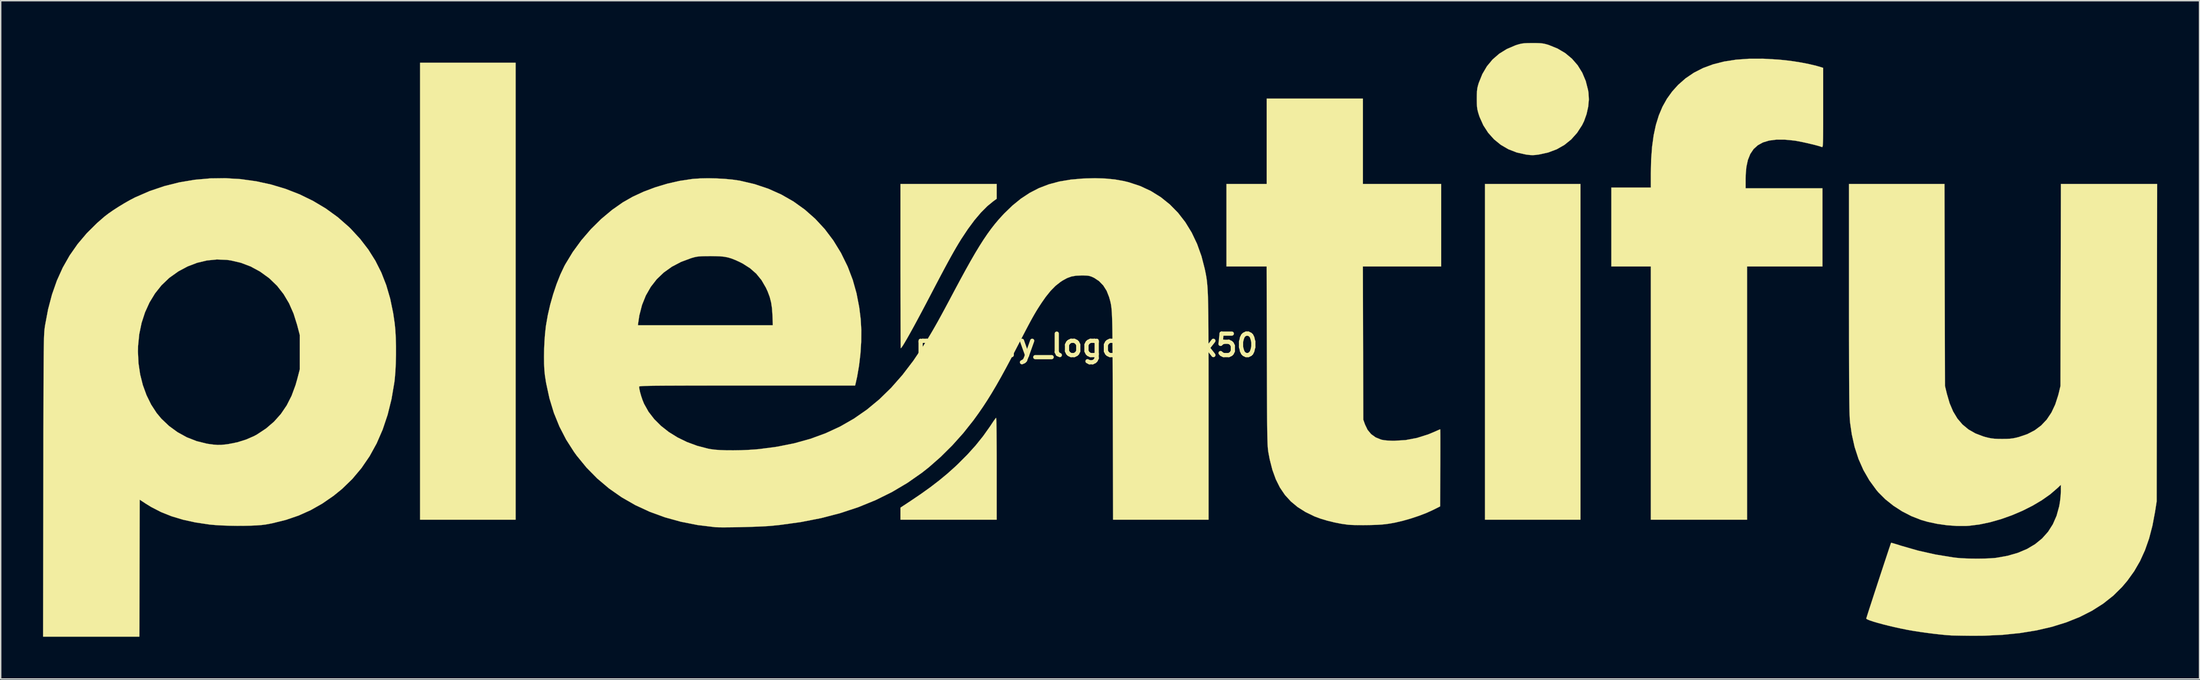
<source format=kicad_pcb>
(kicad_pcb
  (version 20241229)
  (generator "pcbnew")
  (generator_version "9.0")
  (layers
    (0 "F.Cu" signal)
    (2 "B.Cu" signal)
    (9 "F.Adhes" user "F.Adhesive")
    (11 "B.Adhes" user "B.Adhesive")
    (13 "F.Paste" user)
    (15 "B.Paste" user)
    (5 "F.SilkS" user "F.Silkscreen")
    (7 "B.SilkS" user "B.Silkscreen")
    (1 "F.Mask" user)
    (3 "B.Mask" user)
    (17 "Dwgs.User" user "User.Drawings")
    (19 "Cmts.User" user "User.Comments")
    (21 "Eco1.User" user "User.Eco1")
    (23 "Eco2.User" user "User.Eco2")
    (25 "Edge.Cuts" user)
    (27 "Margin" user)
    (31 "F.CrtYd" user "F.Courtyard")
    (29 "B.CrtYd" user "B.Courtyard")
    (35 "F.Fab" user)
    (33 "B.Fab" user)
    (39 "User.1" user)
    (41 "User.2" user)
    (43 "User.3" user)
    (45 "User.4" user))
  (footprint "plentify_logo_157x50"
    (layer "F.Cu")
    (at 73.968 21.456)
    (property "Reference" "plentify_logo_157x50" (at 0 0 0) (layer "F.SilkS") (effects (font (size 1.524 1.524) (thickness 0.3))))
    (attr through_hole)
    (fp_poly (pts (xy -40.467 12.369) (xy -47.237 12.369) (xy -47.237 -20.055) (xy -40.467 -20.055) (xy -40.467 12.369)) (stroke (width 0.01) (type solid)) (fill yes) (layer "F.SilkS"))
    (fp_poly (pts (xy 35.02 12.369) (xy 28.251 12.369) (xy 28.251 -11.453) (xy 35.02 -11.453) (xy 35.02 12.369)) (stroke (width 0.01) (type solid)) (fill yes) (layer "F.SilkS"))
    (fp_poly (pts (xy -6.395 5.191) (xy -6.389 5.334) (xy -6.383 5.563) (xy -6.378 5.869) (xy -6.373 6.245) (xy -6.37 6.682) (xy -6.367 7.173) (xy -6.364 7.709) (xy -6.363 8.281) (xy -6.363 8.755) (xy -6.363 12.369) (xy -13.184 12.369) (xy -13.184 11.513) (xy -12.524 11.078) (xy -11.753 10.557) (xy -11.062 10.062) (xy -10.433 9.578) (xy -9.85 9.095) (xy -9.298 8.599) (xy -9.105 8.416) (xy -8.441 7.751) (xy -7.853 7.098) (xy -7.322 6.436) (xy -6.829 5.741) (xy -6.694 5.535) (xy -6.578 5.363) (xy -6.481 5.229) (xy -6.417 5.153) (xy -6.401 5.142) (xy -6.395 5.191)) (stroke (width 0.01) (type solid)) (fill yes) (layer "F.SilkS"))
    (fp_poly (pts (xy -6.363 -10.401) (xy -6.598 -10.232) (xy -7.03 -9.878) (xy -7.478 -9.428) (xy -7.937 -8.886) (xy -8.405 -8.254) (xy -8.88 -7.538) (xy -9.07 -7.228) (xy -9.243 -6.937) (xy -9.427 -6.617) (xy -9.628 -6.258) (xy -9.851 -5.852) (xy -10.1 -5.389) (xy -10.381 -4.86) (xy -10.698 -4.257) (xy -10.988 -3.701) (xy -11.34 -3.029) (xy -11.668 -2.407) (xy -11.97 -1.842) (xy -12.244 -1.335) (xy -12.488 -0.893) (xy -12.698 -0.519) (xy -12.873 -0.219) (xy -13.009 0.005) (xy -13.106 0.147) (xy -13.159 0.203) (xy -13.163 0.204) (xy -13.165 0.154) (xy -13.168 0.008) (xy -13.171 -0.226) (xy -13.173 -0.543) (xy -13.175 -0.936) (xy -13.177 -1.4) (xy -13.179 -1.927) (xy -13.18 -2.511) (xy -13.182 -3.146) (xy -13.183 -3.825) (xy -13.183 -4.543) (xy -13.184 -5.292) (xy -13.184 -5.625) (xy -13.184 -11.453) (xy -6.363 -11.453) (xy -6.363 -10.401)) (stroke (width 0.01) (type solid)) (fill yes) (layer "F.SilkS"))
    (fp_poly (pts (xy 31.635 -21.451) (xy 31.936 -21.449) (xy 32.162 -21.44) (xy 32.342 -21.422) (xy 32.504 -21.39) (xy 32.677 -21.343) (xy 32.781 -21.31) (xy 33.394 -21.061) (xy 33.94 -20.737) (xy 34.416 -20.341) (xy 34.819 -19.877) (xy 35.146 -19.349) (xy 35.393 -18.761) (xy 35.558 -18.116) (xy 35.589 -17.92) (xy 35.615 -17.44) (xy 35.567 -16.926) (xy 35.451 -16.407) (xy 35.274 -15.91) (xy 35.135 -15.627) (xy 34.781 -15.08) (xy 34.362 -14.611) (xy 33.879 -14.222) (xy 33.336 -13.913) (xy 32.732 -13.686) (xy 32.084 -13.544) (xy 31.839 -13.511) (xy 31.645 -13.498) (xy 31.455 -13.505) (xy 31.225 -13.532) (xy 31.137 -13.544) (xy 30.5 -13.687) (xy 29.909 -13.917) (xy 29.371 -14.231) (xy 28.892 -14.621) (xy 28.477 -15.085) (xy 28.134 -15.615) (xy 27.869 -16.206) (xy 27.809 -16.384) (xy 27.751 -16.581) (xy 27.711 -16.752) (xy 27.687 -16.928) (xy 27.676 -17.137) (xy 27.672 -17.409) (xy 27.672 -17.51) (xy 27.675 -17.807) (xy 27.684 -18.031) (xy 27.704 -18.211) (xy 27.738 -18.377) (xy 27.791 -18.559) (xy 27.813 -18.63) (xy 28.064 -19.251) (xy 28.388 -19.802) (xy 28.786 -20.282) (xy 29.256 -20.691) (xy 29.796 -21.026) (xy 30.405 -21.287) (xy 30.541 -21.332) (xy 30.717 -21.382) (xy 30.881 -21.417) (xy 31.063 -21.438) (xy 31.287 -21.448) (xy 31.582 -21.451) (xy 31.635 -21.451)) (stroke (width 0.01) (type solid)) (fill yes) (layer "F.SilkS"))
    (fp_poly (pts (xy 49.027 -20.28) (xy 49.527 -20.232) (xy 50.106 -20.159) (xy 50.687 -20.065) (xy 51.242 -19.955) (xy 51.744 -19.835) (xy 52.06 -19.743) (xy 52.225 -19.691) (xy 52.225 -16.865) (xy 52.225 -16.256) (xy 52.225 -15.742) (xy 52.223 -15.314) (xy 52.221 -14.965) (xy 52.218 -14.687) (xy 52.213 -14.471) (xy 52.206 -14.312) (xy 52.198 -14.199) (xy 52.187 -14.127) (xy 52.174 -14.087) (xy 52.159 -14.071) (xy 52.14 -14.072) (xy 52.136 -14.073) (xy 51.975 -14.127) (xy 51.739 -14.194) (xy 51.45 -14.267) (xy 51.134 -14.342) (xy 50.814 -14.413) (xy 50.514 -14.474) (xy 50.259 -14.52) (xy 50.167 -14.533) (xy 49.5 -14.598) (xy 48.911 -14.599) (xy 48.398 -14.534) (xy 47.959 -14.402) (xy 47.591 -14.2) (xy 47.291 -13.927) (xy 47.058 -13.58) (xy 46.889 -13.159) (xy 46.781 -12.66) (xy 46.732 -12.083) (xy 46.728 -11.852) (xy 46.728 -11.147) (xy 52.174 -11.147) (xy 52.174 -5.599) (xy 46.83 -5.599) (xy 46.83 12.369) (xy 40.009 12.369) (xy 40.009 -5.599) (xy 37.209 -5.599) (xy 37.209 -11.198) (xy 40.009 -11.198) (xy 40.009 -12.204) (xy 40.03 -13.186) (xy 40.096 -14.083) (xy 40.207 -14.9) (xy 40.366 -15.643) (xy 40.575 -16.319) (xy 40.835 -16.936) (xy 41.15 -17.498) (xy 41.52 -18.013) (xy 41.941 -18.48) (xy 42.47 -18.947) (xy 43.058 -19.345) (xy 43.707 -19.677) (xy 44.42 -19.941) (xy 45.199 -20.139) (xy 46.047 -20.271) (xy 46.966 -20.339) (xy 47.958 -20.341) (xy 49.027 -20.28)) (stroke (width 0.01) (type solid)) (fill yes) (layer "F.SilkS"))
    (fp_poly (pts (xy 19.597 -11.453) (xy 25.145 -11.453) (xy 25.145 -5.599) (xy 19.595 -5.599) (xy 19.609 -0.165) (xy 19.623 5.268) (xy 19.744 5.611) (xy 19.926 5.99) (xy 20.178 6.296) (xy 20.5 6.528) (xy 20.893 6.687) (xy 20.933 6.697) (xy 21.116 6.73) (xy 21.373 6.755) (xy 21.672 6.768) (xy 21.814 6.769) (xy 22.62 6.72) (xy 23.423 6.569) (xy 24.224 6.317) (xy 24.707 6.115) (xy 24.877 6.039) (xy 25.007 5.982) (xy 25.073 5.956) (xy 25.077 5.956) (xy 25.08 6.005) (xy 25.083 6.147) (xy 25.085 6.372) (xy 25.086 6.671) (xy 25.086 7.034) (xy 25.086 7.453) (xy 25.085 7.918) (xy 25.084 8.42) (xy 25.082 8.691) (xy 25.069 11.427) (xy 24.535 11.693) (xy 24.084 11.897) (xy 23.563 12.096) (xy 23.005 12.282) (xy 22.441 12.443) (xy 21.903 12.57) (xy 21.761 12.598) (xy 21.467 12.649) (xy 21.196 12.687) (xy 20.919 12.714) (xy 20.61 12.733) (xy 20.241 12.745) (xy 20.004 12.75) (xy 19.656 12.754) (xy 19.312 12.753) (xy 18.997 12.748) (xy 18.735 12.739) (xy 18.55 12.726) (xy 18.547 12.726) (xy 18.076 12.66) (xy 17.573 12.561) (xy 17.07 12.437) (xy 16.599 12.296) (xy 16.195 12.147) (xy 16.161 12.133) (xy 15.527 11.824) (xy 14.97 11.472) (xy 14.485 11.069) (xy 14.069 10.611) (xy 13.715 10.089) (xy 13.421 9.498) (xy 13.18 8.831) (xy 12.989 8.082) (xy 12.895 7.584) (xy 12.882 7.498) (xy 12.87 7.403) (xy 12.859 7.295) (xy 12.85 7.166) (xy 12.841 7.012) (xy 12.834 6.826) (xy 12.827 6.603) (xy 12.821 6.338) (xy 12.816 6.024) (xy 12.811 5.657) (xy 12.808 5.229) (xy 12.804 4.736) (xy 12.801 4.172) (xy 12.798 3.531) (xy 12.795 2.808) (xy 12.793 1.996) (xy 12.79 1.09) (xy 12.789 0.725) (xy 12.773 -5.599) (xy 9.926 -5.599) (xy 9.926 -11.453) (xy 12.776 -11.453) (xy 12.776 -17.51) (xy 19.597 -17.51) (xy 19.597 -11.453)) (stroke (width 0.01) (type solid)) (fill yes) (layer "F.SilkS"))
    (fp_poly (pts (xy -59.938 -11.794) (xy -58.862 -11.645) (xy -57.806 -11.415) (xy -56.777 -11.106) (xy -55.782 -10.718) (xy -54.829 -10.253) (xy -53.923 -9.712) (xy -53.074 -9.096) (xy -52.287 -8.406) (xy -52.149 -8.271) (xy -51.487 -7.552) (xy -50.908 -6.799) (xy -50.409 -6.007) (xy -49.986 -5.168) (xy -49.637 -4.273) (xy -49.358 -3.317) (xy -49.146 -2.291) (xy -49.038 -1.553) (xy -48.992 -1.08) (xy -48.962 -0.534) (xy -48.947 0.059) (xy -48.947 0.674) (xy -48.961 1.283) (xy -48.99 1.859) (xy -49.033 2.377) (xy -49.062 2.621) (xy -49.263 3.808) (xy -49.54 4.926) (xy -49.891 5.974) (xy -50.317 6.954) (xy -50.818 7.865) (xy -51.394 8.707) (xy -52.044 9.48) (xy -52.769 10.184) (xy -53.371 10.673) (xy -54.171 11.225) (xy -54.994 11.691) (xy -55.852 12.076) (xy -56.758 12.385) (xy -57.725 12.624) (xy -58.181 12.71) (xy -58.465 12.746) (xy -58.832 12.774) (xy -59.262 12.792) (xy -59.735 12.802) (xy -60.232 12.804) (xy -60.734 12.796) (xy -61.222 12.78) (xy -61.675 12.755) (xy -62.076 12.721) (xy -62.202 12.707) (xy -63.167 12.562) (xy -64.051 12.368) (xy -64.86 12.124) (xy -65.606 11.826) (xy -66.296 11.47) (xy -66.681 11.233) (xy -67.114 10.948) (xy -67.127 15.807) (xy -67.14 20.666) (xy -73.963 20.666) (xy -73.946 9.964) (xy -73.944 8.735) (xy -73.942 7.604) (xy -73.941 6.566) (xy -73.939 5.616) (xy -73.937 4.752) (xy -73.935 3.967) (xy -73.933 3.258) (xy -73.931 2.621) (xy -73.928 2.051) (xy -73.925 1.544) (xy -73.922 1.096) (xy -73.919 0.702) (xy -73.916 0.458) (xy -67.24 0.458) (xy -67.2 1.269) (xy -67.083 2.061) (xy -66.891 2.821) (xy -66.63 3.538) (xy -66.304 4.201) (xy -65.915 4.798) (xy -65.58 5.202) (xy -65.036 5.719) (xy -64.431 6.161) (xy -63.777 6.521) (xy -63.085 6.793) (xy -62.367 6.972) (xy -62.202 6.999) (xy -61.87 7.042) (xy -61.595 7.062) (xy -61.334 7.059) (xy -61.046 7.032) (xy -60.828 7.003) (xy -60.189 6.875) (xy -59.57 6.681) (xy -59 6.432) (xy -58.796 6.32) (xy -58.157 5.897) (xy -57.595 5.415) (xy -57.109 4.87) (xy -56.694 4.259) (xy -56.348 3.577) (xy -56.068 2.82) (xy -55.955 2.422) (xy -55.767 1.705) (xy -55.767 -0.738) (xy -55.954 -1.451) (xy -56.207 -2.256) (xy -56.527 -2.985) (xy -56.916 -3.64) (xy -57.374 -4.224) (xy -57.903 -4.737) (xy -57.96 -4.785) (xy -58.584 -5.237) (xy -59.246 -5.596) (xy -59.943 -5.861) (xy -60.67 -6.03) (xy -60.942 -6.067) (xy -61.645 -6.095) (xy -62.348 -6.025) (xy -63.042 -5.86) (xy -63.717 -5.602) (xy -64.365 -5.256) (xy -64.975 -4.823) (xy -65.051 -4.761) (xy -65.574 -4.259) (xy -66.031 -3.683) (xy -66.421 -3.042) (xy -66.738 -2.343) (xy -66.981 -1.593) (xy -67.146 -0.799) (xy -67.23 0.031) (xy -67.24 0.458) (xy -73.916 0.458) (xy -73.915 0.358) (xy -73.911 0.06) (xy -73.906 -0.197) (xy -73.901 -0.417) (xy -73.895 -0.604) (xy -73.888 -0.763) (xy -73.881 -0.898) (xy -73.873 -1.013) (xy -73.864 -1.113) (xy -73.854 -1.201) (xy -73.844 -1.283) (xy -73.832 -1.362) (xy -73.822 -1.425) (xy -73.61 -2.555) (xy -73.332 -3.609) (xy -72.987 -4.594) (xy -72.571 -5.516) (xy -72.081 -6.38) (xy -71.513 -7.193) (xy -70.864 -7.96) (xy -70.131 -8.687) (xy -69.607 -9.143) (xy -69.333 -9.353) (xy -68.991 -9.591) (xy -68.606 -9.84) (xy -68.204 -10.084) (xy -67.808 -10.309) (xy -67.445 -10.498) (xy -67.43 -10.505) (xy -66.414 -10.947) (xy -65.368 -11.301) (xy -64.299 -11.569) (xy -63.215 -11.751) (xy -62.122 -11.849) (xy -61.027 -11.863) (xy -59.938 -11.794)) (stroke (width 0.01) (type solid)) (fill yes) (layer "F.SilkS"))
    (fp_poly (pts (xy 60.841 -4.288) (xy 60.859 2.876) (xy 60.994 3.436) (xy 61.19 4.106) (xy 61.438 4.69) (xy 61.74 5.192) (xy 62.101 5.615) (xy 62.524 5.965) (xy 63.012 6.245) (xy 63.569 6.458) (xy 63.716 6.5) (xy 63.951 6.56) (xy 64.158 6.599) (xy 64.371 6.623) (xy 64.624 6.634) (xy 64.9 6.637) (xy 65.211 6.635) (xy 65.454 6.623) (xy 65.662 6.599) (xy 65.869 6.559) (xy 66.096 6.502) (xy 66.693 6.299) (xy 67.22 6.026) (xy 67.679 5.683) (xy 68.073 5.265) (xy 68.404 4.77) (xy 68.675 4.195) (xy 68.887 3.538) (xy 68.927 3.382) (xy 69.048 2.876) (xy 69.077 -11.453) (xy 75.898 -11.453) (xy 75.882 -0.191) (xy 75.866 11.071) (xy 75.752 11.805) (xy 75.566 12.795) (xy 75.329 13.703) (xy 75.036 14.539) (xy 74.685 15.311) (xy 74.27 16.028) (xy 73.789 16.698) (xy 73.415 17.14) (xy 72.783 17.765) (xy 72.069 18.329) (xy 71.276 18.832) (xy 70.406 19.274) (xy 69.46 19.653) (xy 68.439 19.97) (xy 67.345 20.224) (xy 66.18 20.413) (xy 64.944 20.539) (xy 63.64 20.6) (xy 62.814 20.606) (xy 62.454 20.602) (xy 62.111 20.598) (xy 61.802 20.593) (xy 61.547 20.588) (xy 61.366 20.583) (xy 61.311 20.581) (xy 60.966 20.557) (xy 60.547 20.516) (xy 60.079 20.464) (xy 59.588 20.401) (xy 59.1 20.333) (xy 58.64 20.262) (xy 58.234 20.191) (xy 58.155 20.176) (xy 57.716 20.087) (xy 57.28 19.991) (xy 56.86 19.892) (xy 56.466 19.793) (xy 56.11 19.696) (xy 55.803 19.606) (xy 55.557 19.525) (xy 55.382 19.456) (xy 55.29 19.403) (xy 55.279 19.384) (xy 55.295 19.329) (xy 55.339 19.189) (xy 55.407 18.973) (xy 55.497 18.693) (xy 55.606 18.36) (xy 55.728 17.983) (xy 55.861 17.573) (xy 56.002 17.143) (xy 56.146 16.701) (xy 56.291 16.259) (xy 56.433 15.828) (xy 56.568 15.418) (xy 56.693 15.041) (xy 56.804 14.705) (xy 56.897 14.424) (xy 56.971 14.207) (xy 57.019 14.064) (xy 57.04 14.007) (xy 57.04 14.007) (xy 57.09 14.016) (xy 57.219 14.052) (xy 57.41 14.109) (xy 57.647 14.183) (xy 57.768 14.222) (xy 58.954 14.563) (xy 60.185 14.839) (xy 61.42 15.041) (xy 61.668 15.072) (xy 61.98 15.1) (xy 62.361 15.119) (xy 62.785 15.13) (xy 63.224 15.132) (xy 63.653 15.126) (xy 64.045 15.111) (xy 64.373 15.087) (xy 64.493 15.074) (xy 65.296 14.931) (xy 66.023 14.722) (xy 66.674 14.447) (xy 67.249 14.106) (xy 67.746 13.7) (xy 68.166 13.229) (xy 68.507 12.693) (xy 68.77 12.093) (xy 68.953 11.429) (xy 68.964 11.377) (xy 69.018 11.047) (xy 69.056 10.705) (xy 69.073 10.4) (xy 69.074 10.355) (xy 69.074 9.894) (xy 68.831 10.127) (xy 68.321 10.566) (xy 67.726 10.985) (xy 67.063 11.378) (xy 66.348 11.738) (xy 65.598 12.057) (xy 64.829 12.33) (xy 64.059 12.549) (xy 63.303 12.708) (xy 62.577 12.799) (xy 62.38 12.812) (xy 61.713 12.814) (xy 61.007 12.763) (xy 60.298 12.662) (xy 59.622 12.517) (xy 59.173 12.387) (xy 58.487 12.119) (xy 57.822 11.777) (xy 57.197 11.372) (xy 56.629 10.918) (xy 56.136 10.425) (xy 56 10.264) (xy 55.499 9.577) (xy 55.077 8.844) (xy 54.73 8.059) (xy 54.456 7.214) (xy 54.252 6.304) (xy 54.134 5.482) (xy 54.124 5.378) (xy 54.114 5.254) (xy 54.106 5.104) (xy 54.099 4.923) (xy 54.092 4.707) (xy 54.086 4.452) (xy 54.081 4.151) (xy 54.076 3.801) (xy 54.072 3.396) (xy 54.069 2.932) (xy 54.066 2.403) (xy 54.064 1.806) (xy 54.062 1.135) (xy 54.061 0.386) (xy 54.059 -0.447) (xy 54.059 -1.367) (xy 54.058 -2.381) (xy 54.058 -3.321) (xy 54.058 -11.453) (xy 60.824 -11.453) (xy 60.841 -4.288)) (stroke (width 0.01) (type solid)) (fill yes) (layer "F.SilkS"))
    (fp_poly (pts (xy 1.336 -11.839) (xy 2.007 -11.774) (xy 2.64 -11.662) (xy 3 -11.574) (xy 3.811 -11.305) (xy 4.568 -10.952) (xy 5.268 -10.516) (xy 5.91 -10) (xy 6.491 -9.408) (xy 7.008 -8.742) (xy 7.459 -8.005) (xy 7.842 -7.199) (xy 8.154 -6.327) (xy 8.381 -5.446) (xy 8.416 -5.284) (xy 8.447 -5.13) (xy 8.476 -4.98) (xy 8.501 -4.829) (xy 8.525 -4.671) (xy 8.545 -4.502) (xy 8.563 -4.316) (xy 8.58 -4.107) (xy 8.594 -3.872) (xy 8.606 -3.604) (xy 8.616 -3.298) (xy 8.625 -2.949) (xy 8.632 -2.553) (xy 8.638 -2.103) (xy 8.642 -1.595) (xy 8.646 -1.023) (xy 8.648 -0.382) (xy 8.65 0.332) (xy 8.652 1.126) (xy 8.652 2.004) (xy 8.653 2.972) (xy 8.653 4.035) (xy 8.653 4.441) (xy 8.653 12.369) (xy 1.888 12.369) (xy 1.868 5.027) (xy 1.865 3.999) (xy 1.863 3.068) (xy 1.86 2.229) (xy 1.857 1.475) (xy 1.854 0.802) (xy 1.851 0.204) (xy 1.847 -0.324) (xy 1.842 -0.788) (xy 1.836 -1.192) (xy 1.829 -1.542) (xy 1.821 -1.843) (xy 1.811 -2.101) (xy 1.8 -2.32) (xy 1.786 -2.507) (xy 1.771 -2.667) (xy 1.754 -2.804) (xy 1.734 -2.925) (xy 1.712 -3.033) (xy 1.687 -3.136) (xy 1.66 -3.238) (xy 1.629 -3.344) (xy 1.603 -3.436) (xy 1.431 -3.873) (xy 1.19 -4.254) (xy 0.889 -4.565) (xy 0.537 -4.796) (xy 0.489 -4.819) (xy 0.335 -4.886) (xy 0.2 -4.928) (xy 0.052 -4.951) (xy -0.141 -4.96) (xy -0.356 -4.962) (xy -0.744 -4.944) (xy -1.073 -4.885) (xy -1.377 -4.774) (xy -1.692 -4.6) (xy -1.847 -4.498) (xy -2.194 -4.224) (xy -2.538 -3.875) (xy -2.887 -3.441) (xy -3.175 -3.029) (xy -3.312 -2.82) (xy -3.438 -2.624) (xy -3.559 -2.428) (xy -3.68 -2.223) (xy -3.809 -1.997) (xy -3.951 -1.74) (xy -4.112 -1.439) (xy -4.299 -1.085) (xy -4.517 -0.667) (xy -4.772 -0.173) (xy -4.884 0.043) (xy -5.305 0.854) (xy -5.693 1.582) (xy -6.052 2.238) (xy -6.389 2.833) (xy -6.711 3.377) (xy -7.023 3.881) (xy -7.332 4.354) (xy -7.645 4.809) (xy -7.967 5.255) (xy -8.016 5.322) (xy -8.732 6.225) (xy -9.51 7.094) (xy -10.33 7.908) (xy -11.174 8.651) (xy -11.657 9.032) (xy -12.691 9.756) (xy -13.786 10.405) (xy -14.944 10.978) (xy -16.165 11.477) (xy -17.452 11.903) (xy -18.805 12.255) (xy -20.228 12.534) (xy -21.721 12.741) (xy -22.346 12.805) (xy -22.597 12.824) (xy -22.919 12.842) (xy -23.295 12.859) (xy -23.709 12.874) (xy -24.144 12.887) (xy -24.583 12.898) (xy -25.009 12.906) (xy -25.407 12.911) (xy -25.759 12.913) (xy -26.05 12.91) (xy -26.261 12.903) (xy -26.316 12.899) (xy -27.558 12.749) (xy -28.747 12.515) (xy -29.883 12.201) (xy -30.963 11.806) (xy -31.984 11.333) (xy -32.945 10.781) (xy -33.842 10.154) (xy -34.675 9.45) (xy -35.44 8.673) (xy -36.135 7.823) (xy -36.326 7.559) (xy -36.886 6.682) (xy -37.361 5.76) (xy -37.755 4.788) (xy -38.068 3.76) (xy -38.304 2.671) (xy -38.388 2.138) (xy -38.426 1.76) (xy -38.448 1.306) (xy -38.453 0.798) (xy -38.444 0.26) (xy -38.42 -0.284) (xy -38.381 -0.811) (xy -38.328 -1.298) (xy -38.311 -1.425) (xy -31.796 -1.425) (xy -22.231 -1.425) (xy -22.257 -2.125) (xy -22.29 -2.618) (xy -22.353 -3.044) (xy -22.453 -3.434) (xy -22.598 -3.822) (xy -22.726 -4.098) (xy -23.034 -4.629) (xy -23.406 -5.086) (xy -23.848 -5.475) (xy -24.368 -5.806) (xy -24.56 -5.904) (xy -24.877 -6.051) (xy -25.153 -6.161) (xy -25.413 -6.239) (xy -25.683 -6.291) (xy -25.985 -6.32) (xy -26.346 -6.332) (xy -26.673 -6.333) (xy -27.005 -6.331) (xy -27.258 -6.325) (xy -27.455 -6.312) (xy -27.618 -6.292) (xy -27.77 -6.261) (xy -27.933 -6.216) (xy -28.021 -6.19) (xy -28.738 -5.924) (xy -29.385 -5.584) (xy -29.96 -5.174) (xy -30.462 -4.695) (xy -30.887 -4.148) (xy -31.236 -3.537) (xy -31.506 -2.864) (xy -31.695 -2.13) (xy -31.777 -1.591) (xy -31.796 -1.425) (xy -38.311 -1.425) (xy -38.185 -2.149) (xy -38.013 -2.893) (xy -37.803 -3.634) (xy -37.563 -4.35) (xy -37.299 -5.017) (xy -37.02 -5.611) (xy -36.944 -5.752) (xy -36.418 -6.62) (xy -35.81 -7.454) (xy -35.135 -8.239) (xy -34.403 -8.964) (xy -33.627 -9.614) (xy -32.868 -10.147) (xy -32.171 -10.545) (xy -31.398 -10.903) (xy -30.571 -11.215) (xy -29.711 -11.474) (xy -28.839 -11.672) (xy -27.976 -11.802) (xy -27.85 -11.816) (xy -27.356 -11.848) (xy -26.802 -11.858) (xy -26.219 -11.846) (xy -25.638 -11.814) (xy -25.091 -11.762) (xy -24.61 -11.693) (xy -24.56 -11.684) (xy -23.53 -11.443) (xy -22.554 -11.116) (xy -21.633 -10.704) (xy -20.77 -10.21) (xy -19.968 -9.635) (xy -19.228 -8.981) (xy -18.552 -8.251) (xy -17.944 -7.445) (xy -17.405 -6.565) (xy -16.938 -5.614) (xy -16.91 -5.548) (xy -16.566 -4.642) (xy -16.3 -3.696) (xy -16.107 -2.696) (xy -16.004 -1.858) (xy -15.961 -1.093) (xy -15.968 -0.272) (xy -16.021 0.577) (xy -16.119 1.421) (xy -16.258 2.232) (xy -16.368 2.719) (xy -16.401 2.851) (xy -24.057 2.851) (xy -25.095 2.851) (xy -26.035 2.851) (xy -26.884 2.851) (xy -27.644 2.852) (xy -28.322 2.853) (xy -28.921 2.855) (xy -29.446 2.857) (xy -29.903 2.859) (xy -30.295 2.862) (xy -30.628 2.865) (xy -30.905 2.869) (xy -31.133 2.874) (xy -31.315 2.879) (xy -31.456 2.886) (xy -31.561 2.893) (xy -31.634 2.9) (xy -31.68 2.909) (xy -31.705 2.919) (xy -31.712 2.93) (xy -31.693 3.098) (xy -31.641 3.331) (xy -31.565 3.597) (xy -31.474 3.867) (xy -31.375 4.113) (xy -31.356 4.155) (xy -31.045 4.709) (xy -30.643 5.23) (xy -30.161 5.712) (xy -29.607 6.148) (xy -28.988 6.533) (xy -28.314 6.861) (xy -27.593 7.127) (xy -26.834 7.325) (xy -26.647 7.361) (xy -26.347 7.401) (xy -25.965 7.429) (xy -25.52 7.445) (xy -25.031 7.448) (xy -24.518 7.44) (xy -24 7.418) (xy -23.496 7.385) (xy -23.191 7.358) (xy -21.919 7.189) (xy -20.714 6.948) (xy -19.572 6.631) (xy -18.49 6.235) (xy -17.464 5.76) (xy -16.489 5.201) (xy -15.564 4.559) (xy -14.683 3.829) (xy -13.844 3.01) (xy -13.043 2.099) (xy -12.276 1.094) (xy -11.624 0.127) (xy -11.43 -0.179) (xy -11.249 -0.47) (xy -11.074 -0.758) (xy -10.9 -1.054) (xy -10.719 -1.369) (xy -10.525 -1.713) (xy -10.313 -2.1) (xy -10.075 -2.538) (xy -9.806 -3.04) (xy -9.499 -3.618) (xy -9.366 -3.869) (xy -8.944 -4.657) (xy -8.56 -5.362) (xy -8.209 -5.99) (xy -7.885 -6.551) (xy -7.583 -7.05) (xy -7.298 -7.498) (xy -7.024 -7.902) (xy -6.758 -8.269) (xy -6.492 -8.609) (xy -6.223 -8.929) (xy -5.944 -9.236) (xy -5.839 -9.348) (xy -5.249 -9.92) (xy -4.647 -10.41) (xy -4.023 -10.821) (xy -3.368 -11.159) (xy -2.672 -11.426) (xy -1.926 -11.626) (xy -1.12 -11.762) (xy -0.244 -11.839) (xy 0.6 -11.86) (xy 1.336 -11.839)) (stroke (width 0.01) (type solid)) (fill yes) (layer "F.SilkS")))
  (gr_rect
    (start -3 -3)
    (end 152.871 45.127)
    (stroke (width 0.1) (type default))
    (fill no)
    (layer "Edge.Cuts")))
</source>
